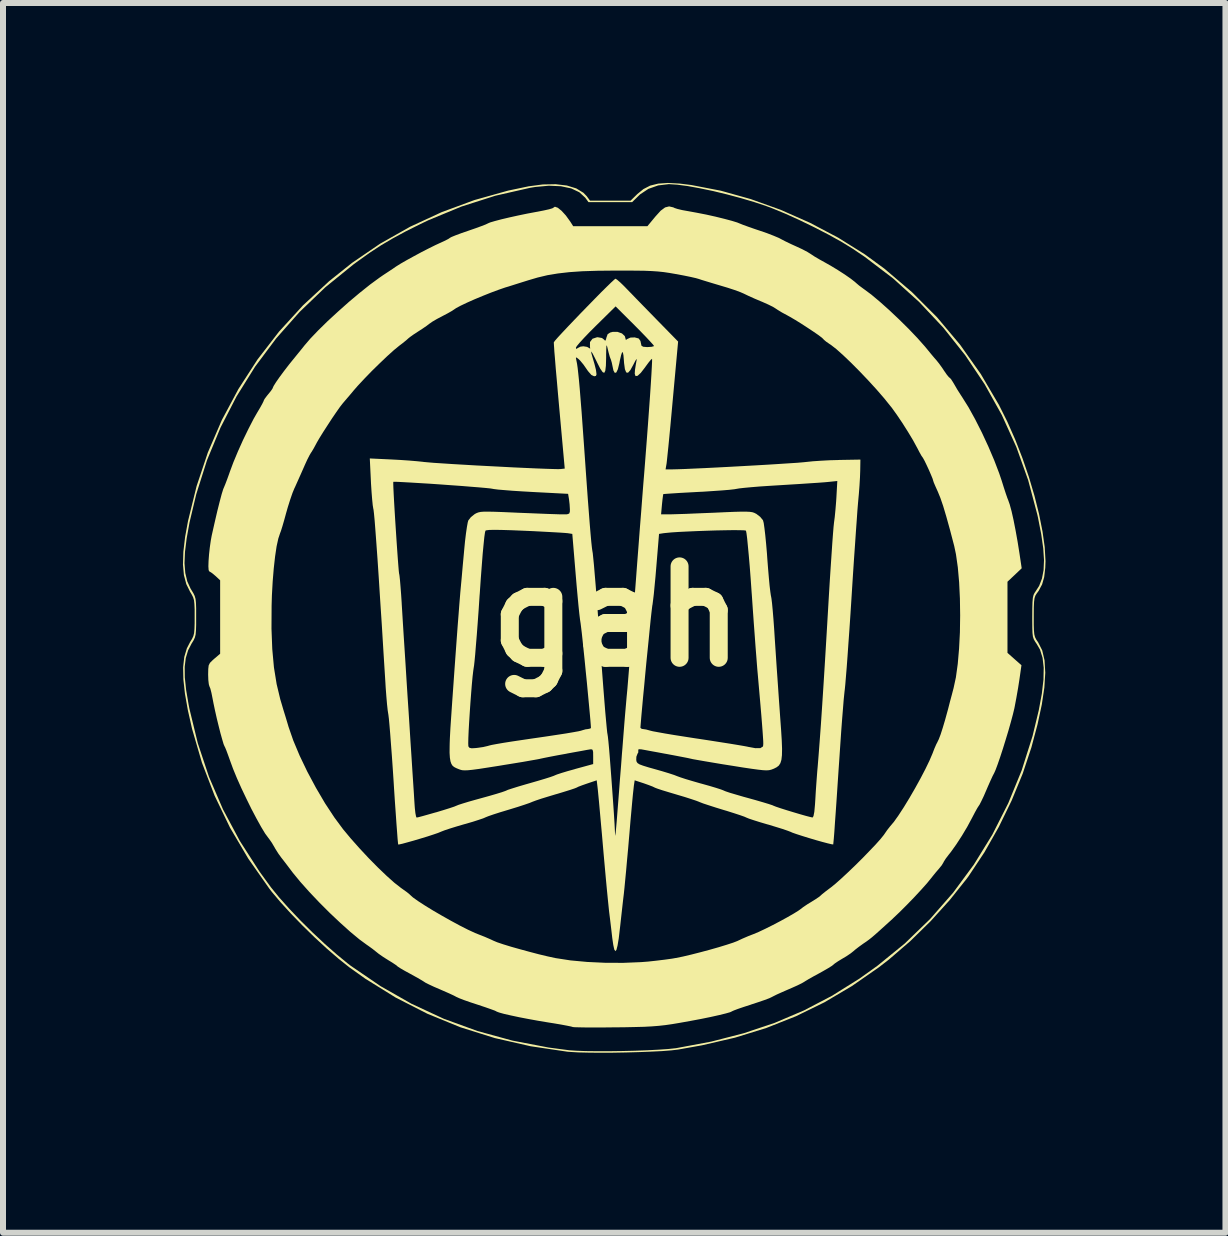
<source format=kicad_pcb>
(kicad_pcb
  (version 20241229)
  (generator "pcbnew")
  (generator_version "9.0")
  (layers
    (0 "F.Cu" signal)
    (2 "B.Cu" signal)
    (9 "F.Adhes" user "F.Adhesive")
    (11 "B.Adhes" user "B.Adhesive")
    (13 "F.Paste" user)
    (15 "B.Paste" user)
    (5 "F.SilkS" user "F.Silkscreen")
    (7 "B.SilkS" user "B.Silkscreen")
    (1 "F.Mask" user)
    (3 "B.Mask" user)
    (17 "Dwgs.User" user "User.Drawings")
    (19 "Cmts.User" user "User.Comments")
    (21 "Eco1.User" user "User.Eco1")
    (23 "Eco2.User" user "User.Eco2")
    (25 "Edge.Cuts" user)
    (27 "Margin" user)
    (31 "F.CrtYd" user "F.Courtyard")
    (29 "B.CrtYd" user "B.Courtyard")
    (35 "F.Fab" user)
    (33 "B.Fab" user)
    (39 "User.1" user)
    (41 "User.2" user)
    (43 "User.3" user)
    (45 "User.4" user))
  (footprint "gah"
    (layer "F.Cu")
    (at 7.227 7.227)
    (property "Reference" "gah" (at 0 0 0) (layer "F.SilkS") (effects (font (size 1.524 1.524) (thickness 0.3))))
    (attr board_only exclude_from_pos_files exclude_from_bom)
    (fp_poly (pts (xy 1.05 -7.217) (xy 1.246 -7.193) (xy 1.739 -7.098) (xy 2.239 -6.958) (xy 2.738 -6.779) (xy 3.226 -6.563) (xy 3.696 -6.315) (xy 4.139 -6.038) (xy 4.467 -5.798) (xy 4.926 -5.407) (xy 5.347 -4.985) (xy 5.729 -4.53) (xy 6.073 -4.043) (xy 6.376 -3.528) (xy 6.516 -3.248) (xy 6.648 -2.949) (xy 6.769 -2.638) (xy 6.877 -2.322) (xy 6.97 -2.008) (xy 7.046 -1.704) (xy 7.103 -1.417) (xy 7.14 -1.155) (xy 7.153 -0.923) (xy 7.149 -0.811) (xy 7.131 -0.656) (xy 7.096 -0.534) (xy 7.039 -0.427) (xy 7.003 -0.378) (xy 6.984 -0.347) (xy 6.97 -0.305) (xy 6.962 -0.243) (xy 6.958 -0.151) (xy 6.957 -0.021) (xy 6.957 0.006) (xy 6.957 0.139) (xy 6.96 0.232) (xy 6.966 0.297) (xy 6.978 0.344) (xy 6.998 0.384) (xy 7.027 0.427) (xy 7.032 0.435) (xy 7.098 0.565) (xy 7.137 0.732) (xy 7.149 0.939) (xy 7.134 1.184) (xy 7.091 1.47) (xy 7.021 1.796) (xy 6.923 2.164) (xy 6.919 2.18) (xy 6.773 2.62) (xy 6.589 3.068) (xy 6.374 3.51) (xy 6.134 3.933) (xy 5.876 4.322) (xy 5.843 4.368) (xy 5.558 4.726) (xy 5.239 5.079) (xy 4.896 5.415) (xy 4.542 5.72) (xy 4.374 5.85) (xy 3.925 6.162) (xy 3.467 6.433) (xy 2.993 6.665) (xy 2.498 6.861) (xy 1.977 7.022) (xy 1.424 7.15) (xy 1.026 7.221) (xy 0.915 7.234) (xy 0.763 7.246) (xy 0.58 7.255) (xy 0.376 7.263) (xy 0.159 7.269) (xy -0.06 7.273) (xy -0.271 7.274) (xy -0.467 7.272) (xy -0.636 7.268) (xy -0.77 7.26) (xy -0.813 7.257) (xy -1.432 7.165) (xy -2.028 7.029) (xy -2.601 6.849) (xy -3.151 6.624) (xy -3.68 6.354) (xy -4.186 6.04) (xy -4.453 5.85) (xy -4.631 5.708) (xy -4.827 5.539) (xy -5.031 5.351) (xy -5.234 5.153) (xy -5.427 4.954) (xy -5.601 4.763) (xy -5.747 4.59) (xy -5.784 4.542) (xy -6.137 4.039) (xy -6.442 3.522) (xy -6.699 2.989) (xy -6.91 2.44) (xy -7.075 1.874) (xy -7.145 1.564) (xy -7.194 1.286) (xy -7.22 1.049) (xy -7.224 0.847) (xy -7.205 0.676) (xy -7.162 0.532) (xy -7.108 0.427) (xy -7.076 0.375) (xy -7.054 0.329) (xy -7.041 0.278) (xy -7.035 0.21) (xy -7.032 0.113) (xy -7.032 0.009) (xy -7.032 -0.119) (xy -7.036 -0.209) (xy -7.043 -0.272) (xy -7.058 -0.321) (xy -7.082 -0.368) (xy -7.108 -0.411) (xy -7.171 -0.539) (xy -7.211 -0.69) (xy -7.227 -0.868) (xy -7.226 -0.886) (xy -7.201 -0.886) (xy -7.188 -0.724) (xy -7.155 -0.585) (xy -7.1 -0.464) (xy -7.083 -0.436) (xy -7.052 -0.385) (xy -7.031 -0.341) (xy -7.017 -0.292) (xy -7.01 -0.227) (xy -7.007 -0.136) (xy -7.007 -0.008) (xy -7.007 0.009) (xy -7.007 0.142) (xy -7.01 0.237) (xy -7.016 0.303) (xy -7.029 0.353) (xy -7.049 0.397) (xy -7.079 0.446) (xy -7.083 0.452) (xy -7.141 0.565) (xy -7.18 0.693) (xy -7.198 0.841) (xy -7.196 1.017) (xy -7.174 1.226) (xy -7.132 1.473) (xy -7.119 1.539) (xy -6.979 2.115) (xy -6.793 2.673) (xy -6.56 3.215) (xy -6.279 3.742) (xy -5.951 4.253) (xy -5.759 4.517) (xy -5.624 4.683) (xy -5.458 4.869) (xy -5.27 5.067) (xy -5.069 5.266) (xy -4.864 5.458) (xy -4.664 5.634) (xy -4.48 5.785) (xy -4.428 5.825) (xy -3.933 6.163) (xy -3.417 6.457) (xy -2.879 6.707) (xy -2.318 6.911) (xy -1.735 7.071) (xy -1.129 7.187) (xy -0.788 7.232) (xy -0.67 7.24) (xy -0.513 7.246) (xy -0.326 7.248) (xy -0.12 7.248) (xy 0.097 7.245) (xy 0.314 7.24) (xy 0.521 7.232) (xy 0.709 7.222) (xy 0.868 7.211) (xy 0.988 7.198) (xy 1.001 7.196) (xy 1.58 7.088) (xy 2.123 6.948) (xy 2.637 6.776) (xy 3.126 6.568) (xy 3.595 6.323) (xy 4.052 6.037) (xy 4.349 5.825) (xy 4.807 5.452) (xy 5.228 5.045) (xy 5.613 4.605) (xy 5.959 4.136) (xy 6.266 3.638) (xy 6.532 3.113) (xy 6.756 2.565) (xy 6.937 1.994) (xy 7.041 1.562) (xy 7.092 1.287) (xy 7.119 1.053) (xy 7.123 0.855) (xy 7.104 0.689) (xy 7.061 0.553) (xy 7.007 0.46) (xy 6.978 0.417) (xy 6.957 0.379) (xy 6.943 0.336) (xy 6.936 0.277) (xy 6.933 0.194) (xy 6.932 0.075) (xy 6.932 0.006) (xy 6.933 -0.137) (xy 6.936 -0.239) (xy 6.942 -0.31) (xy 6.953 -0.357) (xy 6.969 -0.39) (xy 6.978 -0.403) (xy 7.047 -0.51) (xy 7.094 -0.632) (xy 7.121 -0.773) (xy 7.128 -0.94) (xy 7.115 -1.137) (xy 7.082 -1.369) (xy 7.029 -1.641) (xy 7.016 -1.7) (xy 6.864 -2.272) (xy 6.666 -2.826) (xy 6.424 -3.359) (xy 6.139 -3.87) (xy 5.814 -4.355) (xy 5.45 -4.813) (xy 5.048 -5.241) (xy 4.611 -5.636) (xy 4.139 -5.995) (xy 3.941 -6.129) (xy 3.759 -6.241) (xy 3.542 -6.362) (xy 3.304 -6.485) (xy 3.059 -6.604) (xy 2.821 -6.712) (xy 2.601 -6.803) (xy 2.502 -6.84) (xy 2.298 -6.908) (xy 2.075 -6.974) (xy 1.843 -7.036) (xy 1.612 -7.092) (xy 1.391 -7.138) (xy 1.188 -7.175) (xy 1.014 -7.198) (xy 0.877 -7.207) (xy 0.872 -7.207) (xy 0.696 -7.186) (xy 0.532 -7.128) (xy 0.395 -7.037) (xy 0.375 -7.018) (xy 0.261 -6.907) (xy -0.466 -6.907) (xy -0.521 -6.982) (xy -0.619 -7.072) (xy -0.754 -7.136) (xy -0.925 -7.172) (xy -1.126 -7.181) (xy -1.353 -7.16) (xy -1.439 -7.146) (xy -2.019 -7.014) (xy -2.585 -6.833) (xy -3.134 -6.606) (xy -3.266 -6.543) (xy -3.514 -6.419) (xy -3.728 -6.303) (xy -3.923 -6.188) (xy -4.111 -6.065) (xy -4.306 -5.926) (xy -4.384 -5.869) (xy -4.851 -5.49) (xy -5.281 -5.078) (xy -5.672 -4.636) (xy -6.023 -4.166) (xy -6.333 -3.669) (xy -6.601 -3.148) (xy -6.826 -2.604) (xy -7.005 -2.039) (xy -7.117 -1.569) (xy -7.165 -1.303) (xy -7.193 -1.077) (xy -7.201 -0.886) (xy -7.226 -0.886) (xy -7.22 -1.079) (xy -7.191 -1.326) (xy -7.143 -1.589) (xy -7 -2.171) (xy -6.812 -2.733) (xy -6.579 -3.274) (xy -6.302 -3.792) (xy -5.984 -4.284) (xy -5.625 -4.749) (xy -5.226 -5.186) (xy -4.788 -5.591) (xy -4.409 -5.894) (xy -3.939 -6.215) (xy -3.438 -6.498) (xy -2.912 -6.741) (xy -2.367 -6.942) (xy -1.807 -7.099) (xy -1.464 -7.171) (xy -1.228 -7.202) (xy -1.013 -7.206) (xy -0.826 -7.184) (xy -0.67 -7.136) (xy -0.55 -7.063) (xy -0.496 -7.007) (xy -0.441 -6.932) (xy 0.236 -6.932) (xy 0.349 -7.043) (xy 0.45 -7.125) (xy 0.563 -7.183) (xy 0.697 -7.216) (xy 0.856 -7.227)) (stroke (width 0) (type solid)) (fill yes) (layer "F.SilkS"))
    (fp_poly (pts (xy 0.948 -6.82) (xy 0.97 -6.809) (xy 1.016 -6.794) (xy 1.094 -6.775) (xy 1.188 -6.758) (xy 1.189 -6.758) (xy 1.336 -6.731) (xy 1.495 -6.7) (xy 1.652 -6.665) (xy 1.798 -6.629) (xy 1.922 -6.596) (xy 2.013 -6.568) (xy 2.04 -6.557) (xy 2.107 -6.53) (xy 2.206 -6.494) (xy 2.321 -6.454) (xy 2.39 -6.431) (xy 2.507 -6.391) (xy 2.618 -6.348) (xy 2.706 -6.311) (xy 2.74 -6.293) (xy 2.817 -6.253) (xy 2.917 -6.205) (xy 3.003 -6.166) (xy 3.098 -6.122) (xy 3.185 -6.076) (xy 3.241 -6.041) (xy 3.303 -6) (xy 3.39 -5.949) (xy 3.466 -5.907) (xy 3.574 -5.846) (xy 3.691 -5.775) (xy 3.806 -5.701) (xy 3.905 -5.632) (xy 3.977 -5.576) (xy 3.991 -5.563) (xy 4.045 -5.517) (xy 4.115 -5.465) (xy 4.129 -5.455) (xy 4.249 -5.366) (xy 4.392 -5.246) (xy 4.549 -5.106) (xy 4.712 -4.952) (xy 4.871 -4.795) (xy 5.018 -4.641) (xy 5.143 -4.5) (xy 5.181 -4.454) (xy 5.244 -4.377) (xy 5.301 -4.309) (xy 5.338 -4.267) (xy 5.378 -4.217) (xy 5.43 -4.145) (xy 5.461 -4.098) (xy 5.506 -4.033) (xy 5.541 -3.99) (xy 5.555 -3.979) (xy 5.576 -3.959) (xy 5.609 -3.908) (xy 5.63 -3.873) (xy 5.681 -3.785) (xy 5.742 -3.689) (xy 5.765 -3.654) (xy 5.869 -3.488) (xy 5.98 -3.287) (xy 6.093 -3.064) (xy 6.201 -2.831) (xy 6.299 -2.601) (xy 6.381 -2.386) (xy 6.422 -2.265) (xy 6.458 -2.15) (xy 6.491 -2.049) (xy 6.517 -1.974) (xy 6.531 -1.939) (xy 6.556 -1.868) (xy 6.587 -1.755) (xy 6.62 -1.608) (xy 6.654 -1.435) (xy 6.688 -1.245) (xy 6.718 -1.057) (xy 6.756 -0.803) (xy 6.638 -0.691) (xy 6.519 -0.579) (xy 6.519 0.607) (xy 6.635 0.71) (xy 6.752 0.813) (xy 6.718 1.051) (xy 6.696 1.192) (xy 6.668 1.352) (xy 6.64 1.501) (xy 6.634 1.531) (xy 6.61 1.631) (xy 6.576 1.758) (xy 6.535 1.903) (xy 6.489 2.055) (xy 6.442 2.207) (xy 6.396 2.348) (xy 6.354 2.469) (xy 6.32 2.56) (xy 6.296 2.614) (xy 6.295 2.615) (xy 6.272 2.659) (xy 6.236 2.737) (xy 6.193 2.834) (xy 6.169 2.89) (xy 6.125 2.992) (xy 6.084 3.078) (xy 6.054 3.137) (xy 6.043 3.153) (xy 6.017 3.193) (xy 5.978 3.263) (xy 5.932 3.351) (xy 5.924 3.366) (xy 5.85 3.504) (xy 5.76 3.655) (xy 5.665 3.801) (xy 5.576 3.926) (xy 5.537 3.975) (xy 5.49 4.037) (xy 5.457 4.089) (xy 5.452 4.1) (xy 5.424 4.147) (xy 5.379 4.203) (xy 5.377 4.205) (xy 5.323 4.268) (xy 5.263 4.342) (xy 5.249 4.36) (xy 5.179 4.446) (xy 5.081 4.556) (xy 4.966 4.68) (xy 4.842 4.808) (xy 4.72 4.93) (xy 4.608 5.036) (xy 4.605 5.04) (xy 4.48 5.153) (xy 4.385 5.239) (xy 4.313 5.303) (xy 4.257 5.351) (xy 4.21 5.388) (xy 4.165 5.421) (xy 4.116 5.454) (xy 4.041 5.508) (xy 3.978 5.557) (xy 3.949 5.582) (xy 3.905 5.617) (xy 3.834 5.665) (xy 3.768 5.704) (xy 3.694 5.749) (xy 3.638 5.787) (xy 3.616 5.806) (xy 3.589 5.827) (xy 3.528 5.865) (xy 3.443 5.914) (xy 3.384 5.947) (xy 3.286 6) (xy 3.203 6.047) (xy 3.145 6.082) (xy 3.128 6.093) (xy 3.09 6.115) (xy 3.017 6.151) (xy 2.923 6.193) (xy 2.865 6.218) (xy 2.762 6.263) (xy 2.673 6.303) (xy 2.609 6.335) (xy 2.59 6.345) (xy 2.548 6.365) (xy 2.468 6.395) (xy 2.363 6.431) (xy 2.244 6.47) (xy 2.24 6.472) (xy 2.125 6.509) (xy 2.028 6.542) (xy 1.959 6.568) (xy 1.928 6.582) (xy 1.927 6.583) (xy 1.895 6.598) (xy 1.821 6.619) (xy 1.711 6.646) (xy 1.572 6.677) (xy 1.411 6.71) (xy 1.235 6.743) (xy 1.051 6.776) (xy 0.926 6.797) (xy 0.814 6.813) (xy 0.706 6.825) (xy 0.592 6.834) (xy 0.462 6.841) (xy 0.308 6.845) (xy 0.119 6.849) (xy -0.026 6.85) (xy -0.207 6.852) (xy -0.371 6.852) (xy -0.512 6.852) (xy -0.623 6.85) (xy -0.698 6.848) (xy -0.729 6.845) (xy -0.73 6.844) (xy -0.758 6.836) (xy -0.827 6.822) (xy -0.928 6.803) (xy -1.052 6.782) (xy -1.129 6.77) (xy -1.297 6.742) (xy -1.463 6.712) (xy -1.619 6.682) (xy -1.759 6.652) (xy -1.874 6.626) (xy -1.956 6.603) (xy -1.999 6.587) (xy -2.002 6.584) (xy -2.029 6.571) (xy -2.095 6.547) (xy -2.189 6.514) (xy -2.303 6.476) (xy -2.315 6.472) (xy -2.434 6.433) (xy -2.54 6.396) (xy -2.62 6.365) (xy -2.664 6.345) (xy -2.665 6.345) (xy -2.71 6.321) (xy -2.787 6.285) (xy -2.885 6.242) (xy -2.94 6.218) (xy -3.042 6.174) (xy -3.128 6.134) (xy -3.187 6.104) (xy -3.203 6.093) (xy -3.241 6.069) (xy -3.311 6.028) (xy -3.401 5.978) (xy -3.441 5.956) (xy -3.531 5.907) (xy -3.603 5.865) (xy -3.646 5.837) (xy -3.654 5.83) (xy -3.68 5.809) (xy -3.737 5.771) (xy -3.804 5.73) (xy -3.888 5.677) (xy -3.964 5.624) (xy -4.004 5.592) (xy -4.067 5.542) (xy -4.143 5.487) (xy -4.157 5.478) (xy -4.285 5.384) (xy -4.437 5.258) (xy -4.604 5.108) (xy -4.779 4.943) (xy -4.953 4.769) (xy -5.119 4.594) (xy -5.269 4.426) (xy -5.395 4.273) (xy -5.428 4.229) (xy -5.49 4.147) (xy -5.549 4.07) (xy -5.586 4.023) (xy -5.634 3.957) (xy -5.686 3.875) (xy -5.701 3.848) (xy -5.746 3.772) (xy -5.79 3.709) (xy -5.804 3.691) (xy -5.857 3.619) (xy -5.924 3.508) (xy -6.001 3.369) (xy -6.085 3.21) (xy -6.169 3.039) (xy -6.252 2.865) (xy -6.327 2.697) (xy -6.39 2.544) (xy -6.433 2.427) (xy -6.47 2.324) (xy -6.502 2.237) (xy -6.526 2.179) (xy -6.535 2.163) (xy -6.55 2.127) (xy -6.572 2.052) (xy -6.601 1.949) (xy -6.632 1.826) (xy -6.664 1.695) (xy -6.693 1.566) (xy -6.718 1.447) (xy -6.734 1.364) (xy -6.752 1.274) (xy -6.77 1.203) (xy -6.785 1.166) (xy -6.786 1.165) (xy -6.796 1.129) (xy -6.804 1.059) (xy -6.807 0.969) (xy -6.807 0.967) (xy -6.805 0.875) (xy -6.798 0.816) (xy -6.777 0.774) (xy -6.736 0.733) (xy -6.707 0.707) (xy -6.607 0.622) (xy -6.607 0.203) (xy -5.751 0.203) (xy -5.738 0.544) (xy -5.71 0.85) (xy -5.665 1.128) (xy -5.604 1.383) (xy -5.583 1.453) (xy -5.553 1.555) (xy -5.514 1.681) (xy -5.476 1.808) (xy -5.467 1.839) (xy -5.388 2.067) (xy -5.282 2.32) (xy -5.154 2.587) (xy -5.01 2.856) (xy -4.858 3.115) (xy -4.702 3.352) (xy -4.557 3.548) (xy -4.427 3.704) (xy -4.282 3.867) (xy -4.13 4.03) (xy -3.978 4.184) (xy -3.833 4.323) (xy -3.702 4.44) (xy -3.592 4.526) (xy -3.561 4.548) (xy -3.498 4.593) (xy -3.451 4.631) (xy -3.441 4.641) (xy -3.392 4.685) (xy -3.306 4.746) (xy -3.192 4.82) (xy -3.057 4.903) (xy -2.909 4.989) (xy -2.758 5.074) (xy -2.61 5.154) (xy -2.474 5.223) (xy -2.357 5.277) (xy -2.295 5.302) (xy -2.196 5.341) (xy -2.099 5.383) (xy -2.05 5.406) (xy -1.988 5.432) (xy -1.887 5.466) (xy -1.757 5.506) (xy -1.608 5.548) (xy -1.45 5.591) (xy -1.294 5.632) (xy -1.148 5.667) (xy -1.023 5.694) (xy -1.013 5.696) (xy -0.767 5.734) (xy -0.487 5.76) (xy -0.188 5.774) (xy 0.115 5.775) (xy 0.408 5.763) (xy 0.526 5.754) (xy 0.663 5.739) (xy 0.803 5.722) (xy 0.926 5.705) (xy 0.988 5.694) (xy 1.104 5.671) (xy 1.244 5.638) (xy 1.397 5.599) (xy 1.554 5.557) (xy 1.705 5.514) (xy 1.839 5.473) (xy 1.946 5.438) (xy 2.016 5.411) (xy 2.024 5.407) (xy 2.101 5.371) (xy 2.201 5.328) (xy 2.284 5.296) (xy 2.37 5.26) (xy 2.48 5.208) (xy 2.604 5.146) (xy 2.732 5.079) (xy 2.854 5.012) (xy 2.958 4.952) (xy 3.035 4.904) (xy 3.066 4.882) (xy 3.114 4.845) (xy 3.187 4.796) (xy 3.253 4.756) (xy 3.326 4.71) (xy 3.381 4.673) (xy 3.403 4.654) (xy 3.428 4.631) (xy 3.483 4.587) (xy 3.557 4.531) (xy 3.576 4.517) (xy 3.65 4.457) (xy 3.748 4.37) (xy 3.861 4.265) (xy 3.982 4.149) (xy 4.104 4.028) (xy 4.219 3.909) (xy 4.322 3.801) (xy 4.403 3.71) (xy 4.457 3.643) (xy 4.466 3.63) (xy 4.513 3.562) (xy 4.556 3.507) (xy 4.565 3.496) (xy 4.625 3.425) (xy 4.701 3.318) (xy 4.789 3.183) (xy 4.883 3.029) (xy 4.978 2.865) (xy 5.069 2.7) (xy 5.151 2.543) (xy 5.219 2.402) (xy 5.267 2.29) (xy 5.301 2.202) (xy 5.332 2.131) (xy 5.352 2.093) (xy 5.352 2.092) (xy 5.373 2.049) (xy 5.404 1.968) (xy 5.44 1.856) (xy 5.479 1.725) (xy 5.518 1.583) (xy 5.53 1.539) (xy 5.56 1.422) (xy 5.592 1.303) (xy 5.617 1.207) (xy 5.619 1.201) (xy 5.659 1.016) (xy 5.69 0.791) (xy 5.712 0.537) (xy 5.726 0.264) (xy 5.73 -0.018) (xy 5.726 -0.299) (xy 5.713 -0.569) (xy 5.691 -0.819) (xy 5.66 -1.037) (xy 5.631 -1.175) (xy 5.561 -1.442) (xy 5.5 -1.662) (xy 5.447 -1.84) (xy 5.4 -1.977) (xy 5.359 -2.077) (xy 5.356 -2.084) (xy 5.319 -2.166) (xy 5.291 -2.231) (xy 5.28 -2.264) (xy 5.28 -2.265) (xy 5.27 -2.298) (xy 5.244 -2.361) (xy 5.209 -2.442) (xy 5.171 -2.524) (xy 5.136 -2.596) (xy 5.11 -2.643) (xy 5.103 -2.653) (xy 5.084 -2.68) (xy 5.051 -2.739) (xy 5.01 -2.818) (xy 5.009 -2.819) (xy 4.945 -2.937) (xy 4.86 -3.078) (xy 4.765 -3.228) (xy 4.669 -3.37) (xy 4.583 -3.489) (xy 4.575 -3.498) (xy 4.464 -3.636) (xy 4.335 -3.785) (xy 4.195 -3.938) (xy 4.052 -4.088) (xy 3.912 -4.229) (xy 3.781 -4.354) (xy 3.667 -4.456) (xy 3.576 -4.527) (xy 3.554 -4.541) (xy 3.495 -4.582) (xy 3.456 -4.615) (xy 3.45 -4.623) (xy 3.425 -4.647) (xy 3.367 -4.691) (xy 3.284 -4.748) (xy 3.186 -4.813) (xy 3.083 -4.88) (xy 2.983 -4.942) (xy 2.896 -4.993) (xy 2.842 -5.023) (xy 2.76 -5.067) (xy 2.688 -5.111) (xy 2.658 -5.131) (xy 2.608 -5.162) (xy 2.527 -5.202) (xy 2.43 -5.245) (xy 2.408 -5.254) (xy 2.304 -5.298) (xy 2.206 -5.342) (xy 2.133 -5.377) (xy 2.125 -5.381) (xy 2.065 -5.407) (xy 1.97 -5.442) (xy 1.854 -5.48) (xy 1.737 -5.515) (xy 1.616 -5.551) (xy 1.507 -5.584) (xy 1.422 -5.61) (xy 1.374 -5.626) (xy 1.325 -5.64) (xy 1.238 -5.66) (xy 1.126 -5.683) (xy 1 -5.707) (xy 0.986 -5.709) (xy 0.882 -5.727) (xy 0.787 -5.741) (xy 0.692 -5.751) (xy 0.589 -5.758) (xy 0.468 -5.763) (xy 0.321 -5.765) (xy 0.14 -5.766) (xy -0.025 -5.766) (xy -0.317 -5.763) (xy -0.568 -5.755) (xy -0.785 -5.74) (xy -0.977 -5.718) (xy -1.151 -5.689) (xy -1.315 -5.65) (xy -1.464 -5.606) (xy -1.557 -5.577) (xy -1.678 -5.539) (xy -1.804 -5.499) (xy -1.852 -5.485) (xy -1.962 -5.447) (xy -2.091 -5.399) (xy -2.229 -5.344) (xy -2.366 -5.287) (xy -2.492 -5.231) (xy -2.597 -5.181) (xy -2.672 -5.141) (xy -2.7 -5.122) (xy -2.742 -5.094) (xy -2.814 -5.053) (xy -2.9 -5.008) (xy -2.903 -5.006) (xy -2.991 -4.96) (xy -3.068 -4.915) (xy -3.115 -4.882) (xy -3.116 -4.882) (xy -3.164 -4.845) (xy -3.237 -4.795) (xy -3.299 -4.755) (xy -3.376 -4.705) (xy -3.438 -4.661) (xy -3.467 -4.638) (xy -3.505 -4.604) (xy -3.567 -4.554) (xy -3.621 -4.513) (xy -3.709 -4.441) (xy -3.821 -4.34) (xy -3.946 -4.221) (xy -4.077 -4.093) (xy -4.202 -3.964) (xy -4.313 -3.845) (xy -4.382 -3.766) (xy -4.452 -3.682) (xy -4.515 -3.609) (xy -4.559 -3.557) (xy -4.569 -3.545) (xy -4.61 -3.492) (xy -4.669 -3.408) (xy -4.74 -3.304) (xy -4.815 -3.189) (xy -4.888 -3.076) (xy -4.95 -2.976) (xy -4.995 -2.899) (xy -5.006 -2.878) (xy -5.046 -2.804) (xy -5.081 -2.745) (xy -5.093 -2.728) (xy -5.116 -2.689) (xy -5.153 -2.617) (xy -5.196 -2.523) (xy -5.216 -2.477) (xy -5.266 -2.364) (xy -5.317 -2.25) (xy -5.359 -2.156) (xy -5.369 -2.136) (xy -5.401 -2.058) (xy -5.439 -1.948) (xy -5.479 -1.821) (xy -5.507 -1.723) (xy -5.539 -1.606) (xy -5.569 -1.503) (xy -5.593 -1.426) (xy -5.607 -1.389) (xy -5.637 -1.299) (xy -5.666 -1.167) (xy -5.691 -0.999) (xy -5.713 -0.802) (xy -5.731 -0.584) (xy -5.744 -0.351) (xy -5.749 -0.179) (xy -5.751 0.203) (xy -6.607 0.203) (xy -6.607 -0.603) (xy -6.687 -0.677) (xy -6.741 -0.722) (xy -6.781 -0.748) (xy -6.789 -0.751) (xy -6.799 -0.774) (xy -6.803 -0.836) (xy -6.8 -0.926) (xy -6.792 -1.035) (xy -6.779 -1.152) (xy -6.763 -1.265) (xy -6.747 -1.351) (xy -6.698 -1.568) (xy -6.654 -1.758) (xy -6.614 -1.917) (xy -6.581 -2.041) (xy -6.555 -2.124) (xy -6.543 -2.152) (xy -6.521 -2.205) (xy -6.489 -2.289) (xy -6.453 -2.389) (xy -6.444 -2.415) (xy -6.387 -2.568) (xy -6.312 -2.748) (xy -6.226 -2.94) (xy -6.135 -3.127) (xy -6.049 -3.294) (xy -5.99 -3.397) (xy -5.94 -3.481) (xy -5.902 -3.55) (xy -5.882 -3.591) (xy -5.881 -3.597) (xy -5.866 -3.626) (xy -5.828 -3.677) (xy -5.806 -3.704) (xy -5.761 -3.759) (xy -5.734 -3.799) (xy -5.731 -3.807) (xy -5.716 -3.841) (xy -5.676 -3.905) (xy -5.616 -3.991) (xy -5.542 -4.091) (xy -5.462 -4.195) (xy -5.417 -4.251) (xy -5.343 -4.342) (xy -5.273 -4.428) (xy -5.219 -4.495) (xy -5.205 -4.513) (xy -5.105 -4.63) (xy -4.972 -4.769) (xy -4.815 -4.923) (xy -4.641 -5.083) (xy -4.46 -5.244) (xy -4.279 -5.396) (xy -4.106 -5.534) (xy -3.949 -5.649) (xy -3.891 -5.689) (xy -3.803 -5.747) (xy -3.726 -5.798) (xy -3.674 -5.834) (xy -3.666 -5.839) (xy -3.599 -5.881) (xy -3.498 -5.939) (xy -3.378 -6.005) (xy -3.25 -6.074) (xy -3.125 -6.138) (xy -3.018 -6.191) (xy -2.953 -6.221) (xy -2.87 -6.259) (xy -2.807 -6.291) (xy -2.777 -6.311) (xy -2.776 -6.312) (xy -2.748 -6.327) (xy -2.682 -6.354) (xy -2.588 -6.389) (xy -2.475 -6.428) (xy -2.467 -6.431) (xy -2.351 -6.471) (xy -2.252 -6.507) (xy -2.18 -6.535) (xy -2.144 -6.552) (xy -2.143 -6.553) (xy -2.105 -6.569) (xy -2.027 -6.592) (xy -1.917 -6.621) (xy -1.786 -6.652) (xy -1.641 -6.684) (xy -1.492 -6.715) (xy -1.348 -6.742) (xy -1.314 -6.748) (xy -1.208 -6.769) (xy -1.123 -6.788) (xy -1.069 -6.804) (xy -1.055 -6.812) (xy -1.026 -6.831) (xy -0.977 -6.813) (xy -0.914 -6.762) (xy -0.843 -6.684) (xy -0.77 -6.583) (xy -0.767 -6.578) (xy -0.721 -6.506) (xy 0.516 -6.506) (xy 0.651 -6.669) (xy 0.738 -6.765) (xy 0.811 -6.819) (xy 0.878 -6.836)) (stroke (width 0) (type solid)) (fill yes) (layer "F.SilkS"))
    (fp_poly (pts (xy 0.011 -5.614) (xy 0.063 -5.569) (xy 0.13 -5.504) (xy 0.16 -5.473) (xy 0.227 -5.404) (xy 0.319 -5.309) (xy 0.43 -5.195) (xy 0.55 -5.072) (xy 0.67 -4.949) (xy 1.028 -4.583) (xy 0.939 -3.612) (xy 0.919 -3.392) (xy 0.9 -3.186) (xy 0.882 -2.998) (xy 0.866 -2.834) (xy 0.852 -2.701) (xy 0.842 -2.604) (xy 0.836 -2.551) (xy 0.835 -2.546) (xy 0.819 -2.452) (xy 0.941 -2.452) (xy 1.02 -2.454) (xy 1.138 -2.458) (xy 1.29 -2.465) (xy 1.469 -2.473) (xy 1.667 -2.483) (xy 1.878 -2.494) (xy 2.095 -2.506) (xy 2.31 -2.518) (xy 2.517 -2.53) (xy 2.708 -2.542) (xy 2.877 -2.553) (xy 3.017 -2.562) (xy 3.12 -2.571) (xy 3.178 -2.577) (xy 3.276 -2.587) (xy 3.408 -2.596) (xy 3.556 -2.604) (xy 3.705 -2.608) (xy 3.716 -2.609) (xy 4.067 -2.615) (xy 4.064 -2.427) (xy 4.06 -2.319) (xy 4.052 -2.183) (xy 4.041 -2.04) (xy 4.034 -1.964) (xy 4.027 -1.887) (xy 4.017 -1.765) (xy 4.006 -1.605) (xy 3.992 -1.412) (xy 3.977 -1.192) (xy 3.96 -0.951) (xy 3.943 -0.694) (xy 3.926 -0.428) (xy 3.918 -0.3) (xy 3.901 -0.036) (xy 3.884 0.217) (xy 3.867 0.453) (xy 3.852 0.669) (xy 3.838 0.858) (xy 3.825 1.015) (xy 3.815 1.136) (xy 3.807 1.215) (xy 3.804 1.239) (xy 3.798 1.294) (xy 3.788 1.393) (xy 3.777 1.532) (xy 3.763 1.703) (xy 3.748 1.901) (xy 3.733 2.121) (xy 3.717 2.357) (xy 3.701 2.59) (xy 3.685 2.83) (xy 3.67 3.055) (xy 3.656 3.258) (xy 3.643 3.437) (xy 3.633 3.586) (xy 3.624 3.699) (xy 3.617 3.772) (xy 3.614 3.801) (xy 3.614 3.801) (xy 3.588 3.798) (xy 3.524 3.783) (xy 3.433 3.759) (xy 3.326 3.729) (xy 3.212 3.695) (xy 3.102 3.661) (xy 3.006 3.63) (xy 2.934 3.605) (xy 2.903 3.591) (xy 2.856 3.573) (xy 2.772 3.544) (xy 2.662 3.51) (xy 2.538 3.472) (xy 2.515 3.466) (xy 2.393 3.43) (xy 2.288 3.397) (xy 2.21 3.371) (xy 2.168 3.354) (xy 2.164 3.352) (xy 2.132 3.338) (xy 2.061 3.313) (xy 1.96 3.28) (xy 1.84 3.242) (xy 1.789 3.227) (xy 1.659 3.187) (xy 1.541 3.149) (xy 1.447 3.118) (xy 1.387 3.095) (xy 1.376 3.09) (xy 1.329 3.072) (xy 1.245 3.044) (xy 1.136 3.009) (xy 1.011 2.972) (xy 0.988 2.965) (xy 0.867 2.929) (xy 0.762 2.897) (xy 0.684 2.871) (xy 0.642 2.855) (xy 0.638 2.853) (xy 0.603 2.836) (xy 0.535 2.81) (xy 0.459 2.783) (xy 0.304 2.732) (xy 0.29 2.824) (xy 0.285 2.872) (xy 0.275 2.962) (xy 0.263 3.088) (xy 0.249 3.243) (xy 0.233 3.419) (xy 0.217 3.61) (xy 0.212 3.666) (xy 0.195 3.866) (xy 0.177 4.06) (xy 0.161 4.24) (xy 0.146 4.396) (xy 0.134 4.521) (xy 0.125 4.606) (xy 0.124 4.617) (xy 0.112 4.717) (xy 0.097 4.85) (xy 0.08 5.002) (xy 0.063 5.157) (xy 0.058 5.199) (xy 0.038 5.369) (xy 0.018 5.488) (xy -0.00046 5.559) (xy -0.018 5.58) (xy -0.036 5.553) (xy -0.053 5.476) (xy -0.071 5.352) (xy -0.071 5.349) (xy -0.087 5.211) (xy -0.105 5.06) (xy -0.122 4.924) (xy -0.124 4.905) (xy -0.132 4.828) (xy -0.144 4.71) (xy -0.159 4.557) (xy -0.176 4.377) (xy -0.194 4.178) (xy -0.213 3.967) (xy -0.225 3.829) (xy -0.243 3.621) (xy -0.261 3.424) (xy -0.277 3.245) (xy -0.291 3.09) (xy -0.303 2.967) (xy -0.311 2.883) (xy -0.315 2.849) (xy -0.329 2.732) (xy -0.484 2.784) (xy -0.567 2.813) (xy -0.633 2.838) (xy -0.663 2.853) (xy -0.695 2.866) (xy -0.766 2.89) (xy -0.866 2.921) (xy -0.984 2.957) (xy -1.013 2.965) (xy -1.139 3.003) (xy -1.253 3.038) (xy -1.342 3.068) (xy -1.396 3.088) (xy -1.401 3.09) (xy -1.447 3.109) (xy -1.531 3.138) (xy -1.641 3.174) (xy -1.768 3.213) (xy -1.814 3.227) (xy -1.94 3.265) (xy -2.049 3.3) (xy -2.133 3.329) (xy -2.181 3.348) (xy -2.189 3.352) (xy -2.222 3.366) (xy -2.293 3.39) (xy -2.392 3.422) (xy -2.511 3.457) (xy -2.538 3.464) (xy -2.664 3.501) (xy -2.777 3.536) (xy -2.867 3.566) (xy -2.921 3.587) (xy -2.926 3.589) (xy -2.974 3.609) (xy -3.053 3.636) (xy -3.154 3.669) (xy -3.266 3.703) (xy -3.38 3.737) (xy -3.484 3.766) (xy -3.568 3.789) (xy -3.623 3.801) (xy -3.639 3.801) (xy -3.642 3.775) (xy -3.649 3.704) (xy -3.657 3.594) (xy -3.668 3.449) (xy -3.68 3.276) (xy -3.694 3.079) (xy -3.708 2.864) (xy -3.714 2.765) (xy -3.729 2.539) (xy -3.744 2.324) (xy -3.759 2.128) (xy -3.772 1.955) (xy -3.784 1.812) (xy -3.794 1.704) (xy -3.802 1.639) (xy -3.804 1.627) (xy -3.814 1.563) (xy -3.825 1.461) (xy -3.836 1.332) (xy -3.847 1.187) (xy -3.852 1.101) (xy -3.884 0.595) (xy -3.912 0.136) (xy -3.939 -0.274) (xy -3.962 -0.636) (xy -3.983 -0.95) (xy -4.002 -1.215) (xy -4.018 -1.43) (xy -4.031 -1.597) (xy -4.042 -1.713) (xy -4.05 -1.781) (xy -4.053 -1.792) (xy -4.063 -1.854) (xy -4.073 -1.954) (xy -4.083 -2.08) (xy -4.092 -2.218) (xy -3.721 -2.218) (xy -3.719 -2.149) (xy -3.714 -2.045) (xy -3.707 -1.914) (xy -3.698 -1.762) (xy -3.688 -1.598) (xy -3.677 -1.429) (xy -3.666 -1.261) (xy -3.655 -1.103) (xy -3.645 -0.962) (xy -3.636 -0.846) (xy -3.629 -0.761) (xy -3.624 -0.716) (xy -3.622 -0.71) (xy -3.617 -0.679) (xy -3.609 -0.607) (xy -3.6 -0.5) (xy -3.59 -0.369) (xy -3.58 -0.219) (xy -3.58 -0.213) (xy -3.571 -0.067) (xy -3.56 0.113) (xy -3.547 0.32) (xy -3.532 0.55) (xy -3.516 0.798) (xy -3.5 1.057) (xy -3.483 1.324) (xy -3.465 1.592) (xy -3.448 1.856) (xy -3.432 2.111) (xy -3.416 2.352) (xy -3.402 2.574) (xy -3.389 2.77) (xy -3.378 2.937) (xy -3.37 3.068) (xy -3.364 3.159) (xy -3.361 3.197) (xy -3.352 3.278) (xy -3.341 3.334) (xy -3.332 3.353) (xy -3.302 3.347) (xy -3.234 3.329) (xy -3.138 3.302) (xy -3.022 3.269) (xy -3.002 3.264) (xy -2.883 3.228) (xy -2.781 3.196) (xy -2.706 3.171) (xy -2.667 3.155) (xy -2.665 3.154) (xy -2.633 3.141) (xy -2.562 3.118) (xy -2.46 3.087) (xy -2.336 3.052) (xy -2.252 3.029) (xy -2.119 2.992) (xy -2.002 2.958) (xy -1.911 2.93) (xy -1.854 2.91) (xy -1.839 2.904) (xy -1.808 2.89) (xy -1.737 2.867) (xy -1.635 2.835) (xy -1.512 2.799) (xy -1.442 2.779) (xy -1.31 2.741) (xy -1.193 2.706) (xy -1.101 2.677) (xy -1.042 2.656) (xy -1.029 2.65) (xy -0.99 2.634) (xy -0.914 2.609) (xy -0.811 2.578) (xy -0.692 2.545) (xy -0.688 2.543) (xy -0.388 2.461) (xy -0.388 2.333) (xy -0.389 2.259) (xy -0.398 2.223) (xy -0.421 2.214) (xy -0.45 2.218) (xy -0.498 2.226) (xy -0.583 2.242) (xy -0.695 2.262) (xy -0.821 2.285) (xy -0.838 2.289) (xy -0.972 2.313) (xy -1.098 2.337) (xy -1.203 2.358) (xy -1.274 2.373) (xy -1.276 2.374) (xy -1.333 2.385) (xy -1.431 2.402) (xy -1.561 2.425) (xy -1.714 2.45) (xy -1.881 2.477) (xy -1.965 2.491) (xy -2.15 2.52) (xy -2.292 2.542) (xy -2.398 2.556) (xy -2.476 2.564) (xy -2.532 2.566) (xy -2.574 2.563) (xy -2.607 2.554) (xy -2.636 2.543) (xy -2.674 2.527) (xy -2.706 2.51) (xy -2.732 2.489) (xy -2.752 2.458) (xy -2.767 2.415) (xy -2.777 2.354) (xy -2.782 2.273) (xy -2.781 2.166) (xy -2.78 2.113) (xy -2.471 2.113) (xy -2.469 2.162) (xy -2.468 2.167) (xy -2.45 2.19) (xy -2.414 2.198) (xy -2.346 2.194) (xy -2.311 2.19) (xy -2.222 2.177) (xy -2.148 2.16) (xy -2.117 2.151) (xy -2.079 2.142) (xy -1.999 2.127) (xy -1.883 2.107) (xy -1.737 2.084) (xy -1.569 2.059) (xy -1.386 2.032) (xy -1.351 2.027) (xy -1.165 2) (xy -0.994 1.974) (xy -0.843 1.951) (xy -0.72 1.93) (xy -0.631 1.914) (xy -0.584 1.903) (xy -0.581 1.901) (xy -0.515 1.882) (xy -0.474 1.877) (xy -0.434 1.868) (xy -0.425 1.856) (xy -0.428 1.811) (xy -0.435 1.723) (xy -0.446 1.601) (xy -0.46 1.451) (xy -0.476 1.282) (xy -0.493 1.101) (xy -0.512 0.915) (xy -0.53 0.731) (xy -0.548 0.558) (xy -0.564 0.403) (xy -0.578 0.273) (xy -0.59 0.176) (xy -0.597 0.119) (xy -0.598 0.112) (xy -0.607 0.054) (xy -0.619 -0.046) (xy -0.633 -0.18) (xy -0.648 -0.34) (xy -0.664 -0.517) (xy -0.679 -0.694) (xy -0.736 -1.376) (xy -0.812 -1.388) (xy -0.858 -1.392) (xy -0.945 -1.398) (xy -1.068 -1.405) (xy -1.217 -1.413) (xy -1.385 -1.422) (xy -1.523 -1.428) (xy -1.739 -1.437) (xy -1.908 -1.442) (xy -2.034 -1.444) (xy -2.12 -1.442) (xy -2.17 -1.436) (xy -2.184 -1.43) (xy -2.192 -1.398) (xy -2.203 -1.321) (xy -2.215 -1.202) (xy -2.23 -1.044) (xy -2.245 -0.851) (xy -2.262 -0.628) (xy -2.279 -0.378) (xy -2.282 -0.345) (xy -2.297 -0.114) (xy -2.313 0.105) (xy -2.328 0.306) (xy -2.343 0.485) (xy -2.355 0.634) (xy -2.366 0.748) (xy -2.374 0.82) (xy -2.377 0.838) (xy -2.387 0.905) (xy -2.399 1.008) (xy -2.411 1.138) (xy -2.423 1.287) (xy -2.435 1.447) (xy -2.446 1.609) (xy -2.456 1.765) (xy -2.464 1.906) (xy -2.469 2.025) (xy -2.471 2.113) (xy -2.78 2.113) (xy -2.777 2.03) (xy -2.768 1.861) (xy -2.754 1.654) (xy -2.737 1.406) (xy -2.716 1.112) (xy -2.715 1.096) (xy -2.697 0.842) (xy -2.679 0.594) (xy -2.662 0.36) (xy -2.646 0.144) (xy -2.631 -0.046) (xy -2.619 -0.204) (xy -2.609 -0.325) (xy -2.603 -0.4) (xy -2.592 -0.518) (xy -2.578 -0.67) (xy -2.563 -0.841) (xy -2.547 -1.013) (xy -2.539 -1.101) (xy -2.525 -1.248) (xy -2.509 -1.381) (xy -2.493 -1.491) (xy -2.479 -1.568) (xy -2.47 -1.6) (xy -2.428 -1.654) (xy -2.365 -1.705) (xy -2.357 -1.71) (xy -2.33 -1.724) (xy -2.3 -1.735) (xy -2.262 -1.743) (xy -2.208 -1.747) (xy -2.132 -1.747) (xy -2.028 -1.745) (xy -1.889 -1.74) (xy -1.708 -1.732) (xy -1.644 -1.729) (xy -1.464 -1.722) (xy -1.295 -1.715) (xy -1.144 -1.709) (xy -1.02 -1.705) (xy -0.931 -1.702) (xy -0.895 -1.702) (xy -0.823 -1.703) (xy -0.788 -1.715) (xy -0.777 -1.744) (xy -0.776 -1.783) (xy -0.781 -1.867) (xy -0.791 -1.954) (xy -0.806 -2.044) (xy -1.398 -2.075) (xy -1.569 -2.085) (xy -1.728 -2.095) (xy -1.865 -2.106) (xy -1.973 -2.115) (xy -2.044 -2.124) (xy -2.065 -2.128) (xy -2.102 -2.134) (xy -2.18 -2.142) (xy -2.293 -2.152) (xy -2.432 -2.163) (xy -2.59 -2.176) (xy -2.761 -2.188) (xy -2.938 -2.201) (xy -3.112 -2.213) (xy -3.278 -2.223) (xy -3.427 -2.232) (xy -3.553 -2.239) (xy -3.649 -2.244) (xy -3.706 -2.245) (xy -3.72 -2.244) (xy -3.721 -2.218) (xy -4.092 -2.218) (xy -4.092 -2.219) (xy -4.094 -2.264) (xy -4.112 -2.634) (xy -3.751 -2.617) (xy -3.604 -2.609) (xy -3.457 -2.599) (xy -3.327 -2.588) (xy -3.228 -2.578) (xy -3.216 -2.576) (xy -3.151 -2.57) (xy -3.046 -2.561) (xy -2.907 -2.552) (xy -2.74 -2.541) (xy -2.552 -2.53) (xy -2.349 -2.518) (xy -2.138 -2.507) (xy -1.926 -2.496) (xy -1.718 -2.485) (xy -1.521 -2.476) (xy -1.342 -2.468) (xy -1.187 -2.462) (xy -1.063 -2.458) (xy -0.977 -2.456) (xy -0.935 -2.457) (xy -0.862 -2.465) (xy -0.956 -3.503) (xy -0.976 -3.727) (xy -0.994 -3.935) (xy -1.011 -4.123) (xy -1.024 -4.285) (xy -1.026 -4.311) (xy -0.676 -4.311) (xy -0.667 -4.263) (xy -0.657 -4.213) (xy -0.647 -4.145) (xy -0.637 -4.055) (xy -0.625 -3.94) (xy -0.612 -3.796) (xy -0.598 -3.62) (xy -0.581 -3.409) (xy -0.563 -3.159) (xy -0.542 -2.867) (xy -0.518 -2.528) (xy -0.512 -2.44) (xy -0.494 -2.188) (xy -0.477 -1.951) (xy -0.46 -1.732) (xy -0.445 -1.538) (xy -0.431 -1.372) (xy -0.419 -1.239) (xy -0.409 -1.146) (xy -0.402 -1.095) (xy -0.401 -1.089) (xy -0.395 -1.055) (xy -0.387 -0.976) (xy -0.375 -0.856) (xy -0.362 -0.701) (xy -0.346 -0.513) (xy -0.329 -0.298) (xy -0.311 -0.061) (xy -0.292 0.194) (xy -0.276 0.425) (xy -0.256 0.693) (xy -0.237 0.948) (xy -0.219 1.185) (xy -0.202 1.399) (xy -0.187 1.585) (xy -0.173 1.74) (xy -0.162 1.858) (xy -0.154 1.935) (xy -0.149 1.964) (xy -0.143 2.003) (xy -0.134 2.085) (xy -0.123 2.203) (xy -0.111 2.35) (xy -0.098 2.52) (xy -0.084 2.704) (xy -0.07 2.897) (xy -0.056 3.091) (xy -0.043 3.279) (xy -0.032 3.454) (xy -0.024 3.611) (xy -0.021 3.654) (xy -0.019 3.651) (xy -0.013 3.604) (xy -0.005 3.521) (xy 0.005 3.407) (xy 0.015 3.278) (xy 0.027 3.124) (xy 0.042 2.933) (xy 0.058 2.72) (xy 0.076 2.5) (xy 0.084 2.393) (xy 0.33 2.393) (xy 0.336 2.422) (xy 0.352 2.445) (xy 0.385 2.466) (xy 0.444 2.488) (xy 0.538 2.517) (xy 0.638 2.545) (xy 0.761 2.58) (xy 0.873 2.614) (xy 0.962 2.643) (xy 1.013 2.663) (xy 1.065 2.682) (xy 1.154 2.711) (xy 1.268 2.745) (xy 1.396 2.782) (xy 1.426 2.79) (xy 1.551 2.825) (xy 1.658 2.857) (xy 1.739 2.883) (xy 1.784 2.9) (xy 1.789 2.903) (xy 1.821 2.916) (xy 1.892 2.94) (xy 1.994 2.97) (xy 2.117 3.006) (xy 2.19 3.026) (xy 2.323 3.063) (xy 2.443 3.098) (xy 2.539 3.127) (xy 2.602 3.148) (xy 2.617 3.155) (xy 2.66 3.172) (xy 2.737 3.198) (xy 2.838 3.23) (xy 2.95 3.264) (xy 3.061 3.297) (xy 3.159 3.325) (xy 3.233 3.344) (xy 3.27 3.352) (xy 3.285 3.328) (xy 3.299 3.256) (xy 3.31 3.135) (xy 3.315 3.059) (xy 3.324 2.907) (xy 3.336 2.738) (xy 3.348 2.579) (xy 3.355 2.502) (xy 3.371 2.303) (xy 3.389 2.068) (xy 3.409 1.794) (xy 3.43 1.48) (xy 3.453 1.124) (xy 3.478 0.723) (xy 3.505 0.275) (xy 3.528 -0.113) (xy 3.543 -0.368) (xy 3.558 -0.613) (xy 3.573 -0.842) (xy 3.587 -1.049) (xy 3.599 -1.229) (xy 3.61 -1.377) (xy 3.619 -1.487) (xy 3.626 -1.554) (xy 3.627 -1.564) (xy 3.639 -1.655) (xy 3.651 -1.777) (xy 3.662 -1.91) (xy 3.667 -1.986) (xy 3.682 -2.258) (xy 3.537 -2.243) (xy 3.471 -2.237) (xy 3.365 -2.229) (xy 3.226 -2.22) (xy 3.063 -2.209) (xy 2.884 -2.198) (xy 2.74 -2.189) (xy 2.561 -2.178) (xy 2.394 -2.167) (xy 2.249 -2.155) (xy 2.131 -2.144) (xy 2.05 -2.135) (xy 2.014 -2.129) (xy 1.968 -2.121) (xy 1.88 -2.111) (xy 1.759 -2.101) (xy 1.612 -2.091) (xy 1.448 -2.08) (xy 1.364 -2.076) (xy 1.2 -2.067) (xy 1.053 -2.059) (xy 0.931 -2.051) (xy 0.842 -2.045) (xy 0.79 -2.041) (xy 0.781 -2.04) (xy 0.776 -2.014) (xy 0.768 -1.952) (xy 0.759 -1.868) (xy 0.744 -1.702) (xy 0.866 -1.702) (xy 0.925 -1.703) (xy 1.025 -1.706) (xy 1.159 -1.71) (xy 1.317 -1.717) (xy 1.491 -1.724) (xy 1.619 -1.729) (xy 1.814 -1.738) (xy 1.965 -1.744) (xy 2.079 -1.747) (xy 2.162 -1.747) (xy 2.222 -1.744) (xy 2.265 -1.738) (xy 2.296 -1.728) (xy 2.324 -1.714) (xy 2.332 -1.71) (xy 2.396 -1.661) (xy 2.441 -1.606) (xy 2.444 -1.6) (xy 2.455 -1.558) (xy 2.467 -1.474) (xy 2.481 -1.356) (xy 2.495 -1.213) (xy 2.509 -1.051) (xy 2.515 -0.963) (xy 2.528 -0.796) (xy 2.541 -0.644) (xy 2.553 -0.514) (xy 2.565 -0.414) (xy 2.574 -0.352) (xy 2.577 -0.338) (xy 2.584 -0.3) (xy 2.594 -0.219) (xy 2.605 -0.103) (xy 2.617 0.041) (xy 2.629 0.206) (xy 2.639 0.363) (xy 2.654 0.588) (xy 2.671 0.845) (xy 2.69 1.114) (xy 2.708 1.377) (xy 2.725 1.614) (xy 2.729 1.672) (xy 2.745 1.893) (xy 2.756 2.07) (xy 2.761 2.208) (xy 2.759 2.313) (xy 2.75 2.391) (xy 2.733 2.446) (xy 2.707 2.486) (xy 2.671 2.514) (xy 2.626 2.537) (xy 2.611 2.543) (xy 2.579 2.555) (xy 2.544 2.563) (xy 2.501 2.566) (xy 2.442 2.563) (xy 2.361 2.554) (xy 2.25 2.539) (xy 2.102 2.517) (xy 1.941 2.491) (xy 1.769 2.464) (xy 1.608 2.437) (xy 1.466 2.413) (xy 1.352 2.393) (xy 1.273 2.379) (xy 1.251 2.374) (xy 1.183 2.359) (xy 1.079 2.339) (xy 0.954 2.315) (xy 0.821 2.29) (xy 0.813 2.289) (xy 0.685 2.265) (xy 0.569 2.244) (xy 0.478 2.227) (xy 0.422 2.217) (xy 0.418 2.216) (xy 0.37 2.213) (xy 0.364 2.229) (xy 0.364 2.267) (xy 0.351 2.289) (xy 0.332 2.339) (xy 0.33 2.393) (xy 0.084 2.393) (xy 0.092 2.285) (xy 0.1 2.19) (xy 0.115 1.997) (xy 0.126 1.857) (xy 0.4 1.857) (xy 0.421 1.874) (xy 0.442 1.877) (xy 0.495 1.885) (xy 0.561 1.903) (xy 0.605 1.914) (xy 0.692 1.93) (xy 0.814 1.952) (xy 0.964 1.977) (xy 1.136 2.004) (xy 1.322 2.033) (xy 1.364 2.039) (xy 1.554 2.068) (xy 1.732 2.096) (xy 1.892 2.121) (xy 2.025 2.143) (xy 2.125 2.16) (xy 2.184 2.171) (xy 2.19 2.173) (xy 2.316 2.196) (xy 2.4 2.195) (xy 2.441 2.169) (xy 2.443 2.164) (xy 2.446 2.15) (xy 2.448 2.122) (xy 2.447 2.078) (xy 2.443 2.013) (xy 2.437 1.924) (xy 2.428 1.806) (xy 2.416 1.655) (xy 2.4 1.467) (xy 2.38 1.239) (xy 2.356 0.965) (xy 2.349 0.888) (xy 2.342 0.801) (xy 2.332 0.671) (xy 2.319 0.506) (xy 2.305 0.314) (xy 2.289 0.1) (xy 2.273 -0.126) (xy 2.257 -0.359) (xy 2.254 -0.396) (xy 2.238 -0.624) (xy 2.222 -0.834) (xy 2.206 -1.02) (xy 2.191 -1.177) (xy 2.179 -1.301) (xy 2.168 -1.386) (xy 2.16 -1.428) (xy 2.158 -1.431) (xy 2.128 -1.436) (xy 2.056 -1.438) (xy 1.95 -1.439) (xy 1.817 -1.437) (xy 1.667 -1.434) (xy 1.506 -1.429) (xy 1.342 -1.423) (xy 1.185 -1.416) (xy 1.04 -1.409) (xy 0.918 -1.401) (xy 0.824 -1.392) (xy 0.786 -1.388) (xy 0.71 -1.376) (xy 0.665 -0.832) (xy 0.651 -0.665) (xy 0.636 -0.509) (xy 0.623 -0.373) (xy 0.61 -0.265) (xy 0.601 -0.196) (xy 0.598 -0.183) (xy 0.593 -0.143) (xy 0.583 -0.06) (xy 0.57 0.059) (xy 0.555 0.208) (xy 0.538 0.38) (xy 0.519 0.568) (xy 0.499 0.765) (xy 0.48 0.965) (xy 0.462 1.16) (xy 0.444 1.344) (xy 0.429 1.51) (xy 0.416 1.652) (xy 0.407 1.762) (xy 0.401 1.834) (xy 0.4 1.857) (xy 0.126 1.857) (xy 0.13 1.805) (xy 0.145 1.623) (xy 0.159 1.464) (xy 0.17 1.337) (xy 0.176 1.276) (xy 0.183 1.2) (xy 0.193 1.079) (xy 0.206 0.92) (xy 0.221 0.73) (xy 0.238 0.513) (xy 0.257 0.275) (xy 0.276 0.023) (xy 0.296 -0.237) (xy 0.301 -0.3) (xy 0.323 -0.584) (xy 0.345 -0.879) (xy 0.368 -1.176) (xy 0.39 -1.466) (xy 0.412 -1.741) (xy 0.431 -1.991) (xy 0.448 -2.209) (xy 0.461 -2.365) (xy 0.484 -2.659) (xy 0.506 -2.942) (xy 0.526 -3.209) (xy 0.544 -3.457) (xy 0.56 -3.68) (xy 0.573 -3.875) (xy 0.583 -4.038) (xy 0.59 -4.164) (xy 0.594 -4.251) (xy 0.594 -4.292) (xy 0.593 -4.295) (xy 0.575 -4.281) (xy 0.537 -4.235) (xy 0.486 -4.166) (xy 0.478 -4.154) (xy 0.406 -4.061) (xy 0.353 -4.012) (xy 0.318 -4.007) (xy 0.305 -4.046) (xy 0.309 -4.11) (xy 0.322 -4.194) (xy 0.335 -4.267) (xy 0.338 -4.279) (xy 0.335 -4.291) (xy 0.316 -4.264) (xy 0.284 -4.202) (xy 0.282 -4.198) (xy 0.232 -4.107) (xy 0.193 -4.063) (xy 0.163 -4.068) (xy 0.141 -4.122) (xy 0.127 -4.225) (xy 0.125 -4.254) (xy 0.117 -4.352) (xy 0.107 -4.402) (xy 0.094 -4.404) (xy 0.078 -4.357) (xy 0.056 -4.262) (xy 0.049 -4.223) (xy 0.024 -4.122) (xy -0.002 -4.068) (xy -0.027 -4.06) (xy -0.05 -4.1) (xy -0.063 -4.16) (xy -0.078 -4.232) (xy -0.093 -4.283) (xy -0.097 -4.292) (xy -0.111 -4.329) (xy -0.13 -4.397) (xy -0.141 -4.442) (xy -0.154 -4.496) (xy -0.162 -4.52) (xy -0.167 -4.51) (xy -0.17 -4.461) (xy -0.172 -4.368) (xy -0.172 -4.31) (xy -0.176 -4.179) (xy -0.186 -4.096) (xy -0.204 -4.061) (xy -0.231 -4.074) (xy -0.271 -4.133) (xy -0.324 -4.237) (xy -0.325 -4.24) (xy -0.367 -4.324) (xy -0.399 -4.386) (xy -0.419 -4.415) (xy -0.421 -4.417) (xy -0.419 -4.391) (xy -0.403 -4.334) (xy -0.393 -4.3) (xy -0.366 -4.208) (xy -0.343 -4.116) (xy -0.34 -4.098) (xy -0.332 -4.036) (xy -0.342 -4.01) (xy -0.372 -4.004) (xy -0.418 -4.026) (xy -0.474 -4.09) (xy -0.497 -4.123) (xy -0.55 -4.199) (xy -0.603 -4.263) (xy -0.628 -4.288) (xy -0.666 -4.318) (xy -0.676 -4.311) (xy -1.026 -4.311) (xy -1.035 -4.415) (xy -1.039 -4.481) (xy -0.676 -4.481) (xy -0.669 -4.458) (xy -0.646 -4.474) (xy -0.599 -4.498) (xy -0.551 -4.504) (xy -0.49 -4.494) (xy -0.457 -4.476) (xy -0.438 -4.464) (xy -0.441 -4.495) (xy -0.442 -4.498) (xy -0.441 -4.575) (xy -0.399 -4.63) (xy -0.325 -4.654) (xy -0.313 -4.655) (xy -0.241 -4.642) (xy -0.205 -4.614) (xy -0.188 -4.595) (xy -0.175 -4.617) (xy -0.167 -4.65) (xy -0.147 -4.705) (xy -0.105 -4.733) (xy -0.063 -4.744) (xy 0.019 -4.744) (xy 0.092 -4.718) (xy 0.139 -4.674) (xy 0.15 -4.636) (xy 0.157 -4.609) (xy 0.18 -4.625) (xy 0.233 -4.649) (xy 0.304 -4.652) (xy 0.368 -4.635) (xy 0.372 -4.632) (xy 0.4 -4.593) (xy 0.409 -4.551) (xy 0.417 -4.514) (xy 0.446 -4.496) (xy 0.508 -4.491) (xy 0.519 -4.491) (xy 0.584 -4.495) (xy 0.622 -4.505) (xy 0.626 -4.51) (xy 0.609 -4.533) (xy 0.562 -4.585) (xy 0.491 -4.661) (xy 0.401 -4.754) (xy 0.306 -4.85) (xy -0.014 -5.169) (xy -0.345 -4.843) (xy -0.45 -4.738) (xy -0.541 -4.643) (xy -0.613 -4.564) (xy -0.66 -4.508) (xy -0.676 -4.481) (xy -1.039 -4.481) (xy -1.041 -4.509) (xy -1.044 -4.562) (xy -1.044 -4.57) (xy -1.026 -4.596) (xy -0.978 -4.651) (xy -0.905 -4.73) (xy -0.814 -4.827) (xy -0.708 -4.938) (xy -0.595 -5.056) (xy -0.478 -5.176) (xy -0.364 -5.293) (xy -0.258 -5.401) (xy -0.164 -5.494) (xy -0.089 -5.567) (xy -0.038 -5.614) (xy -0.016 -5.631)) (stroke (width 0) (type solid)) (fill yes) (layer "F.SilkS")))
  (gr_rect
    (start -3 -3)
    (end 17.38 17.501)
    (stroke (width 0.1) (type default))
    (fill no)
    (layer "Edge.Cuts")))
</source>
